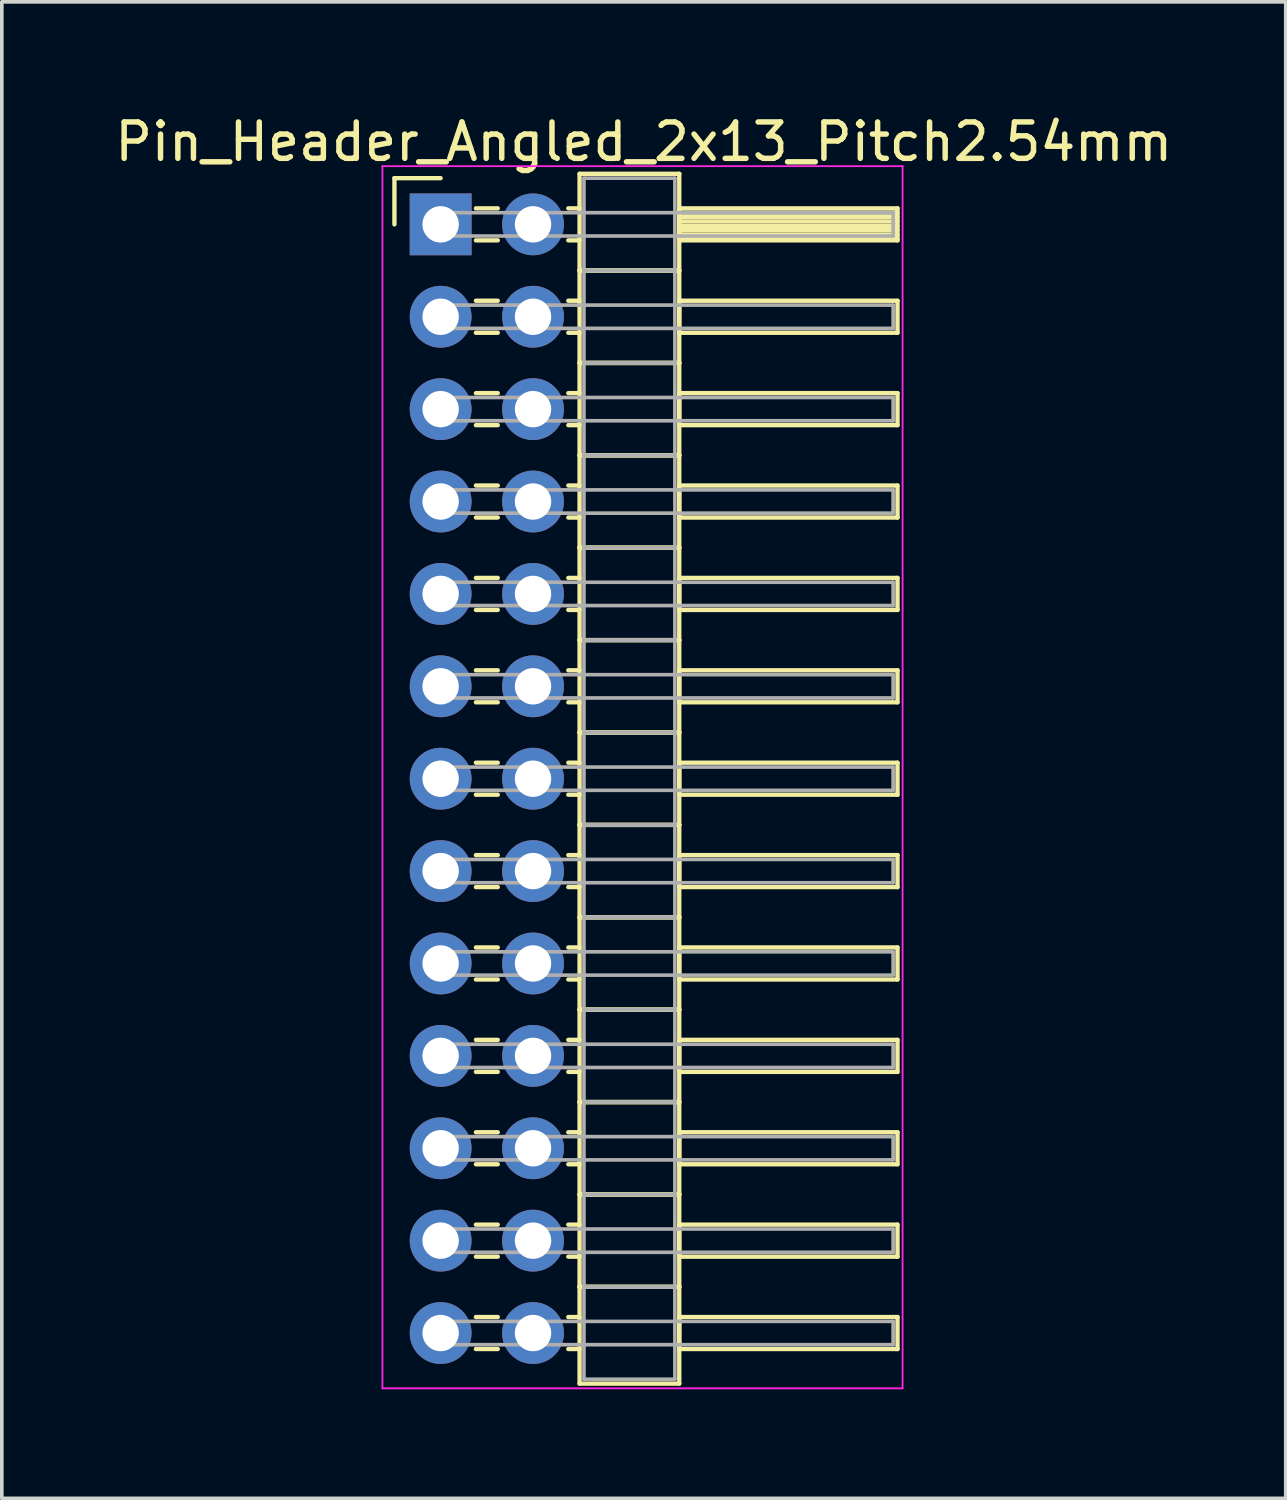
<source format=kicad_pcb>
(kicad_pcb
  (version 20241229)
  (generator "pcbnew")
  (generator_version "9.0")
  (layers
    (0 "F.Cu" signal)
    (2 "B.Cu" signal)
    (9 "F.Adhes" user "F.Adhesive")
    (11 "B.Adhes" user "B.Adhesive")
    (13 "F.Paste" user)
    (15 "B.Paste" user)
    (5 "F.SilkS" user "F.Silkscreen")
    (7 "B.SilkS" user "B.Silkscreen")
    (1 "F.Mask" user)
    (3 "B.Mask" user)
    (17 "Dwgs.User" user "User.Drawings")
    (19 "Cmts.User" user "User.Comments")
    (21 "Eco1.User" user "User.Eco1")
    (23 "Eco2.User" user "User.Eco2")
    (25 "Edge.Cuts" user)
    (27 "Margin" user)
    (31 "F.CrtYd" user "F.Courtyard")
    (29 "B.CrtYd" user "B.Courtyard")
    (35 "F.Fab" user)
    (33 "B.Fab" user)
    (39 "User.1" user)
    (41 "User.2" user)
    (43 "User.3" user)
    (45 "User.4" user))
  (footprint "Pin_Header_Angled_2x13_Pitch2.54mm"
    (layer "F.Cu")
    (at 9.064 3.118)
    (property "Reference" "Pin_Header_Angled_2x13_Pitch2.54mm" (at 5.585 -2.27 0) (layer "F.SilkS") (effects (font (size 1 1) (thickness 0.15))))
    (attr through_hole)
    (fp_line (start -1.27 -1.27) (end 0 -1.27) (stroke (width 0.12) (type solid)) (layer "F.SilkS"))
    (fp_line (start -1.27 0) (end -1.27 -1.27) (stroke (width 0.12) (type solid)) (layer "F.SilkS"))
    (fp_line (start 0.97 -0.44) (end 1.57 -0.44) (stroke (width 0.12) (type solid)) (layer "F.SilkS"))
    (fp_line (start 0.97 0.44) (end 1.57 0.44) (stroke (width 0.12) (type solid)) (layer "F.SilkS"))
    (fp_line (start 0.97 2.1) (end 1.57 2.1) (stroke (width 0.12) (type solid)) (layer "F.SilkS"))
    (fp_line (start 0.97 2.98) (end 1.57 2.98) (stroke (width 0.12) (type solid)) (layer "F.SilkS"))
    (fp_line (start 0.97 4.64) (end 1.57 4.64) (stroke (width 0.12) (type solid)) (layer "F.SilkS"))
    (fp_line (start 0.97 5.52) (end 1.57 5.52) (stroke (width 0.12) (type solid)) (layer "F.SilkS"))
    (fp_line (start 0.97 7.18) (end 1.57 7.18) (stroke (width 0.12) (type solid)) (layer "F.SilkS"))
    (fp_line (start 0.97 8.06) (end 1.57 8.06) (stroke (width 0.12) (type solid)) (layer "F.SilkS"))
    (fp_line (start 0.97 9.72) (end 1.57 9.72) (stroke (width 0.12) (type solid)) (layer "F.SilkS"))
    (fp_line (start 0.97 10.6) (end 1.57 10.6) (stroke (width 0.12) (type solid)) (layer "F.SilkS"))
    (fp_line (start 0.97 12.26) (end 1.57 12.26) (stroke (width 0.12) (type solid)) (layer "F.SilkS"))
    (fp_line (start 0.97 13.14) (end 1.57 13.14) (stroke (width 0.12) (type solid)) (layer "F.SilkS"))
    (fp_line (start 0.97 14.8) (end 1.57 14.8) (stroke (width 0.12) (type solid)) (layer "F.SilkS"))
    (fp_line (start 0.97 15.68) (end 1.57 15.68) (stroke (width 0.12) (type solid)) (layer "F.SilkS"))
    (fp_line (start 0.97 17.34) (end 1.57 17.34) (stroke (width 0.12) (type solid)) (layer "F.SilkS"))
    (fp_line (start 0.97 18.22) (end 1.57 18.22) (stroke (width 0.12) (type solid)) (layer "F.SilkS"))
    (fp_line (start 0.97 19.88) (end 1.57 19.88) (stroke (width 0.12) (type solid)) (layer "F.SilkS"))
    (fp_line (start 0.97 20.76) (end 1.57 20.76) (stroke (width 0.12) (type solid)) (layer "F.SilkS"))
    (fp_line (start 0.97 22.42) (end 1.57 22.42) (stroke (width 0.12) (type solid)) (layer "F.SilkS"))
    (fp_line (start 0.97 23.3) (end 1.57 23.3) (stroke (width 0.12) (type solid)) (layer "F.SilkS"))
    (fp_line (start 0.97 24.96) (end 1.57 24.96) (stroke (width 0.12) (type solid)) (layer "F.SilkS"))
    (fp_line (start 0.97 25.84) (end 1.57 25.84) (stroke (width 0.12) (type solid)) (layer "F.SilkS"))
    (fp_line (start 0.97 27.5) (end 1.57 27.5) (stroke (width 0.12) (type solid)) (layer "F.SilkS"))
    (fp_line (start 0.97 28.38) (end 1.57 28.38) (stroke (width 0.12) (type solid)) (layer "F.SilkS"))
    (fp_line (start 0.97 30.04) (end 1.57 30.04) (stroke (width 0.12) (type solid)) (layer "F.SilkS"))
    (fp_line (start 0.97 30.92) (end 1.57 30.92) (stroke (width 0.12) (type solid)) (layer "F.SilkS"))
    (fp_line (start 3.51 -0.44) (end 3.82 -0.44) (stroke (width 0.12) (type solid)) (layer "F.SilkS"))
    (fp_line (start 3.51 0.44) (end 3.82 0.44) (stroke (width 0.12) (type solid)) (layer "F.SilkS"))
    (fp_line (start 3.51 2.1) (end 3.82 2.1) (stroke (width 0.12) (type solid)) (layer "F.SilkS"))
    (fp_line (start 3.51 2.98) (end 3.82 2.98) (stroke (width 0.12) (type solid)) (layer "F.SilkS"))
    (fp_line (start 3.51 4.64) (end 3.82 4.64) (stroke (width 0.12) (type solid)) (layer "F.SilkS"))
    (fp_line (start 3.51 5.52) (end 3.82 5.52) (stroke (width 0.12) (type solid)) (layer "F.SilkS"))
    (fp_line (start 3.51 7.18) (end 3.82 7.18) (stroke (width 0.12) (type solid)) (layer "F.SilkS"))
    (fp_line (start 3.51 8.06) (end 3.82 8.06) (stroke (width 0.12) (type solid)) (layer "F.SilkS"))
    (fp_line (start 3.51 9.72) (end 3.82 9.72) (stroke (width 0.12) (type solid)) (layer "F.SilkS"))
    (fp_line (start 3.51 10.6) (end 3.82 10.6) (stroke (width 0.12) (type solid)) (layer "F.SilkS"))
    (fp_line (start 3.51 12.26) (end 3.82 12.26) (stroke (width 0.12) (type solid)) (layer "F.SilkS"))
    (fp_line (start 3.51 13.14) (end 3.82 13.14) (stroke (width 0.12) (type solid)) (layer "F.SilkS"))
    (fp_line (start 3.51 14.8) (end 3.82 14.8) (stroke (width 0.12) (type solid)) (layer "F.SilkS"))
    (fp_line (start 3.51 15.68) (end 3.82 15.68) (stroke (width 0.12) (type solid)) (layer "F.SilkS"))
    (fp_line (start 3.51 17.34) (end 3.82 17.34) (stroke (width 0.12) (type solid)) (layer "F.SilkS"))
    (fp_line (start 3.51 18.22) (end 3.82 18.22) (stroke (width 0.12) (type solid)) (layer "F.SilkS"))
    (fp_line (start 3.51 19.88) (end 3.82 19.88) (stroke (width 0.12) (type solid)) (layer "F.SilkS"))
    (fp_line (start 3.51 20.76) (end 3.82 20.76) (stroke (width 0.12) (type solid)) (layer "F.SilkS"))
    (fp_line (start 3.51 22.42) (end 3.82 22.42) (stroke (width 0.12) (type solid)) (layer "F.SilkS"))
    (fp_line (start 3.51 23.3) (end 3.82 23.3) (stroke (width 0.12) (type solid)) (layer "F.SilkS"))
    (fp_line (start 3.51 24.96) (end 3.82 24.96) (stroke (width 0.12) (type solid)) (layer "F.SilkS"))
    (fp_line (start 3.51 25.84) (end 3.82 25.84) (stroke (width 0.12) (type solid)) (layer "F.SilkS"))
    (fp_line (start 3.51 27.5) (end 3.82 27.5) (stroke (width 0.12) (type solid)) (layer "F.SilkS"))
    (fp_line (start 3.51 28.38) (end 3.82 28.38) (stroke (width 0.12) (type solid)) (layer "F.SilkS"))
    (fp_line (start 3.51 30.04) (end 3.82 30.04) (stroke (width 0.12) (type solid)) (layer "F.SilkS"))
    (fp_line (start 3.51 30.92) (end 3.82 30.92) (stroke (width 0.12) (type solid)) (layer "F.SilkS"))
    (fp_line (start 3.82 -1.39) (end 3.82 1.27) (stroke (width 0.12) (type solid)) (layer "F.SilkS"))
    (fp_line (start 3.82 1.27) (end 3.82 3.81) (stroke (width 0.12) (type solid)) (layer "F.SilkS"))
    (fp_line (start 3.82 1.27) (end 6.56 1.27) (stroke (width 0.12) (type solid)) (layer "F.SilkS"))
    (fp_line (start 3.82 3.81) (end 3.82 6.35) (stroke (width 0.12) (type solid)) (layer "F.SilkS"))
    (fp_line (start 3.82 3.81) (end 6.56 3.81) (stroke (width 0.12) (type solid)) (layer "F.SilkS"))
    (fp_line (start 3.82 6.35) (end 3.82 8.89) (stroke (width 0.12) (type solid)) (layer "F.SilkS"))
    (fp_line (start 3.82 6.35) (end 6.56 6.35) (stroke (width 0.12) (type solid)) (layer "F.SilkS"))
    (fp_line (start 3.82 8.89) (end 3.82 11.43) (stroke (width 0.12) (type solid)) (layer "F.SilkS"))
    (fp_line (start 3.82 8.89) (end 6.56 8.89) (stroke (width 0.12) (type solid)) (layer "F.SilkS"))
    (fp_line (start 3.82 11.43) (end 3.82 13.97) (stroke (width 0.12) (type solid)) (layer "F.SilkS"))
    (fp_line (start 3.82 11.43) (end 6.56 11.43) (stroke (width 0.12) (type solid)) (layer "F.SilkS"))
    (fp_line (start 3.82 13.97) (end 3.82 16.51) (stroke (width 0.12) (type solid)) (layer "F.SilkS"))
    (fp_line (start 3.82 13.97) (end 6.56 13.97) (stroke (width 0.12) (type solid)) (layer "F.SilkS"))
    (fp_line (start 3.82 16.51) (end 3.82 19.05) (stroke (width 0.12) (type solid)) (layer "F.SilkS"))
    (fp_line (start 3.82 16.51) (end 6.56 16.51) (stroke (width 0.12) (type solid)) (layer "F.SilkS"))
    (fp_line (start 3.82 19.05) (end 3.82 21.59) (stroke (width 0.12) (type solid)) (layer "F.SilkS"))
    (fp_line (start 3.82 19.05) (end 6.56 19.05) (stroke (width 0.12) (type solid)) (layer "F.SilkS"))
    (fp_line (start 3.82 21.59) (end 3.82 24.13) (stroke (width 0.12) (type solid)) (layer "F.SilkS"))
    (fp_line (start 3.82 21.59) (end 6.56 21.59) (stroke (width 0.12) (type solid)) (layer "F.SilkS"))
    (fp_line (start 3.82 24.13) (end 3.82 26.67) (stroke (width 0.12) (type solid)) (layer "F.SilkS"))
    (fp_line (start 3.82 24.13) (end 6.56 24.13) (stroke (width 0.12) (type solid)) (layer "F.SilkS"))
    (fp_line (start 3.82 26.67) (end 3.82 29.21) (stroke (width 0.12) (type solid)) (layer "F.SilkS"))
    (fp_line (start 3.82 26.67) (end 6.56 26.67) (stroke (width 0.12) (type solid)) (layer "F.SilkS"))
    (fp_line (start 3.82 29.21) (end 3.82 31.87) (stroke (width 0.12) (type solid)) (layer "F.SilkS"))
    (fp_line (start 3.82 29.21) (end 6.56 29.21) (stroke (width 0.12) (type solid)) (layer "F.SilkS"))
    (fp_line (start 3.82 31.87) (end 6.56 31.87) (stroke (width 0.12) (type solid)) (layer "F.SilkS"))
    (fp_line (start 6.56 -1.39) (end 3.82 -1.39) (stroke (width 0.12) (type solid)) (layer "F.SilkS"))
    (fp_line (start 6.56 -0.44) (end 6.56 0.44) (stroke (width 0.12) (type solid)) (layer "F.SilkS"))
    (fp_line (start 6.56 -0.32) (end 12.56 -0.32) (stroke (width 0.12) (type solid)) (layer "F.SilkS"))
    (fp_line (start 6.56 -0.2) (end 12.56 -0.2) (stroke (width 0.12) (type solid)) (layer "F.SilkS"))
    (fp_line (start 6.56 -0.08) (end 12.56 -0.08) (stroke (width 0.12) (type solid)) (layer "F.SilkS"))
    (fp_line (start 6.56 0.04) (end 12.56 0.04) (stroke (width 0.12) (type solid)) (layer "F.SilkS"))
    (fp_line (start 6.56 0.16) (end 12.56 0.16) (stroke (width 0.12) (type solid)) (layer "F.SilkS"))
    (fp_line (start 6.56 0.28) (end 12.56 0.28) (stroke (width 0.12) (type solid)) (layer "F.SilkS"))
    (fp_line (start 6.56 0.4) (end 12.56 0.4) (stroke (width 0.12) (type solid)) (layer "F.SilkS"))
    (fp_line (start 6.56 0.44) (end 12.56 0.44) (stroke (width 0.12) (type solid)) (layer "F.SilkS"))
    (fp_line (start 6.56 1.27) (end 3.82 1.27) (stroke (width 0.12) (type solid)) (layer "F.SilkS"))
    (fp_line (start 6.56 1.27) (end 6.56 -1.39) (stroke (width 0.12) (type solid)) (layer "F.SilkS"))
    (fp_line (start 6.56 2.1) (end 6.56 2.98) (stroke (width 0.12) (type solid)) (layer "F.SilkS"))
    (fp_line (start 6.56 2.98) (end 12.56 2.98) (stroke (width 0.12) (type solid)) (layer "F.SilkS"))
    (fp_line (start 6.56 3.81) (end 3.82 3.81) (stroke (width 0.12) (type solid)) (layer "F.SilkS"))
    (fp_line (start 6.56 3.81) (end 6.56 1.27) (stroke (width 0.12) (type solid)) (layer "F.SilkS"))
    (fp_line (start 6.56 4.64) (end 6.56 5.52) (stroke (width 0.12) (type solid)) (layer "F.SilkS"))
    (fp_line (start 6.56 5.52) (end 12.56 5.52) (stroke (width 0.12) (type solid)) (layer "F.SilkS"))
    (fp_line (start 6.56 6.35) (end 3.82 6.35) (stroke (width 0.12) (type solid)) (layer "F.SilkS"))
    (fp_line (start 6.56 6.35) (end 6.56 3.81) (stroke (width 0.12) (type solid)) (layer "F.SilkS"))
    (fp_line (start 6.56 7.18) (end 6.56 8.06) (stroke (width 0.12) (type solid)) (layer "F.SilkS"))
    (fp_line (start 6.56 8.06) (end 12.56 8.06) (stroke (width 0.12) (type solid)) (layer "F.SilkS"))
    (fp_line (start 6.56 8.89) (end 3.82 8.89) (stroke (width 0.12) (type solid)) (layer "F.SilkS"))
    (fp_line (start 6.56 8.89) (end 6.56 6.35) (stroke (width 0.12) (type solid)) (layer "F.SilkS"))
    (fp_line (start 6.56 9.72) (end 6.56 10.6) (stroke (width 0.12) (type solid)) (layer "F.SilkS"))
    (fp_line (start 6.56 10.6) (end 12.56 10.6) (stroke (width 0.12) (type solid)) (layer "F.SilkS"))
    (fp_line (start 6.56 11.43) (end 3.82 11.43) (stroke (width 0.12) (type solid)) (layer "F.SilkS"))
    (fp_line (start 6.56 11.43) (end 6.56 8.89) (stroke (width 0.12) (type solid)) (layer "F.SilkS"))
    (fp_line (start 6.56 12.26) (end 6.56 13.14) (stroke (width 0.12) (type solid)) (layer "F.SilkS"))
    (fp_line (start 6.56 13.14) (end 12.56 13.14) (stroke (width 0.12) (type solid)) (layer "F.SilkS"))
    (fp_line (start 6.56 13.97) (end 3.82 13.97) (stroke (width 0.12) (type solid)) (layer "F.SilkS"))
    (fp_line (start 6.56 13.97) (end 6.56 11.43) (stroke (width 0.12) (type solid)) (layer "F.SilkS"))
    (fp_line (start 6.56 14.8) (end 6.56 15.68) (stroke (width 0.12) (type solid)) (layer "F.SilkS"))
    (fp_line (start 6.56 15.68) (end 12.56 15.68) (stroke (width 0.12) (type solid)) (layer "F.SilkS"))
    (fp_line (start 6.56 16.51) (end 3.82 16.51) (stroke (width 0.12) (type solid)) (layer "F.SilkS"))
    (fp_line (start 6.56 16.51) (end 6.56 13.97) (stroke (width 0.12) (type solid)) (layer "F.SilkS"))
    (fp_line (start 6.56 17.34) (end 6.56 18.22) (stroke (width 0.12) (type solid)) (layer "F.SilkS"))
    (fp_line (start 6.56 18.22) (end 12.56 18.22) (stroke (width 0.12) (type solid)) (layer "F.SilkS"))
    (fp_line (start 6.56 19.05) (end 3.82 19.05) (stroke (width 0.12) (type solid)) (layer "F.SilkS"))
    (fp_line (start 6.56 19.05) (end 6.56 16.51) (stroke (width 0.12) (type solid)) (layer "F.SilkS"))
    (fp_line (start 6.56 19.88) (end 6.56 20.76) (stroke (width 0.12) (type solid)) (layer "F.SilkS"))
    (fp_line (start 6.56 20.76) (end 12.56 20.76) (stroke (width 0.12) (type solid)) (layer "F.SilkS"))
    (fp_line (start 6.56 21.59) (end 3.82 21.59) (stroke (width 0.12) (type solid)) (layer "F.SilkS"))
    (fp_line (start 6.56 21.59) (end 6.56 19.05) (stroke (width 0.12) (type solid)) (layer "F.SilkS"))
    (fp_line (start 6.56 22.42) (end 6.56 23.3) (stroke (width 0.12) (type solid)) (layer "F.SilkS"))
    (fp_line (start 6.56 23.3) (end 12.56 23.3) (stroke (width 0.12) (type solid)) (layer "F.SilkS"))
    (fp_line (start 6.56 24.13) (end 3.82 24.13) (stroke (width 0.12) (type solid)) (layer "F.SilkS"))
    (fp_line (start 6.56 24.13) (end 6.56 21.59) (stroke (width 0.12) (type solid)) (layer "F.SilkS"))
    (fp_line (start 6.56 24.96) (end 6.56 25.84) (stroke (width 0.12) (type solid)) (layer "F.SilkS"))
    (fp_line (start 6.56 25.84) (end 12.56 25.84) (stroke (width 0.12) (type solid)) (layer "F.SilkS"))
    (fp_line (start 6.56 26.67) (end 3.82 26.67) (stroke (width 0.12) (type solid)) (layer "F.SilkS"))
    (fp_line (start 6.56 26.67) (end 6.56 24.13) (stroke (width 0.12) (type solid)) (layer "F.SilkS"))
    (fp_line (start 6.56 27.5) (end 6.56 28.38) (stroke (width 0.12) (type solid)) (layer "F.SilkS"))
    (fp_line (start 6.56 28.38) (end 12.56 28.38) (stroke (width 0.12) (type solid)) (layer "F.SilkS"))
    (fp_line (start 6.56 29.21) (end 3.82 29.21) (stroke (width 0.12) (type solid)) (layer "F.SilkS"))
    (fp_line (start 6.56 29.21) (end 6.56 26.67) (stroke (width 0.12) (type solid)) (layer "F.SilkS"))
    (fp_line (start 6.56 30.04) (end 6.56 30.92) (stroke (width 0.12) (type solid)) (layer "F.SilkS"))
    (fp_line (start 6.56 30.92) (end 12.56 30.92) (stroke (width 0.12) (type solid)) (layer "F.SilkS"))
    (fp_line (start 6.56 31.87) (end 6.56 29.21) (stroke (width 0.12) (type solid)) (layer "F.SilkS"))
    (fp_line (start 12.56 -0.44) (end 6.56 -0.44) (stroke (width 0.12) (type solid)) (layer "F.SilkS"))
    (fp_line (start 12.56 0.44) (end 12.56 -0.44) (stroke (width 0.12) (type solid)) (layer "F.SilkS"))
    (fp_line (start 12.56 2.1) (end 6.56 2.1) (stroke (width 0.12) (type solid)) (layer "F.SilkS"))
    (fp_line (start 12.56 2.98) (end 12.56 2.1) (stroke (width 0.12) (type solid)) (layer "F.SilkS"))
    (fp_line (start 12.56 4.64) (end 6.56 4.64) (stroke (width 0.12) (type solid)) (layer "F.SilkS"))
    (fp_line (start 12.56 5.52) (end 12.56 4.64) (stroke (width 0.12) (type solid)) (layer "F.SilkS"))
    (fp_line (start 12.56 7.18) (end 6.56 7.18) (stroke (width 0.12) (type solid)) (layer "F.SilkS"))
    (fp_line (start 12.56 8.06) (end 12.56 7.18) (stroke (width 0.12) (type solid)) (layer "F.SilkS"))
    (fp_line (start 12.56 9.72) (end 6.56 9.72) (stroke (width 0.12) (type solid)) (layer "F.SilkS"))
    (fp_line (start 12.56 10.6) (end 12.56 9.72) (stroke (width 0.12) (type solid)) (layer "F.SilkS"))
    (fp_line (start 12.56 12.26) (end 6.56 12.26) (stroke (width 0.12) (type solid)) (layer "F.SilkS"))
    (fp_line (start 12.56 13.14) (end 12.56 12.26) (stroke (width 0.12) (type solid)) (layer "F.SilkS"))
    (fp_line (start 12.56 14.8) (end 6.56 14.8) (stroke (width 0.12) (type solid)) (layer "F.SilkS"))
    (fp_line (start 12.56 15.68) (end 12.56 14.8) (stroke (width 0.12) (type solid)) (layer "F.SilkS"))
    (fp_line (start 12.56 17.34) (end 6.56 17.34) (stroke (width 0.12) (type solid)) (layer "F.SilkS"))
    (fp_line (start 12.56 18.22) (end 12.56 17.34) (stroke (width 0.12) (type solid)) (layer "F.SilkS"))
    (fp_line (start 12.56 19.88) (end 6.56 19.88) (stroke (width 0.12) (type solid)) (layer "F.SilkS"))
    (fp_line (start 12.56 20.76) (end 12.56 19.88) (stroke (width 0.12) (type solid)) (layer "F.SilkS"))
    (fp_line (start 12.56 22.42) (end 6.56 22.42) (stroke (width 0.12) (type solid)) (layer "F.SilkS"))
    (fp_line (start 12.56 23.3) (end 12.56 22.42) (stroke (width 0.12) (type solid)) (layer "F.SilkS"))
    (fp_line (start 12.56 24.96) (end 6.56 24.96) (stroke (width 0.12) (type solid)) (layer "F.SilkS"))
    (fp_line (start 12.56 25.84) (end 12.56 24.96) (stroke (width 0.12) (type solid)) (layer "F.SilkS"))
    (fp_line (start 12.56 27.5) (end 6.56 27.5) (stroke (width 0.12) (type solid)) (layer "F.SilkS"))
    (fp_line (start 12.56 28.38) (end 12.56 27.5) (stroke (width 0.12) (type solid)) (layer "F.SilkS"))
    (fp_line (start 12.56 30.04) (end 6.56 30.04) (stroke (width 0.12) (type solid)) (layer "F.SilkS"))
    (fp_line (start 12.56 30.92) (end 12.56 30.04) (stroke (width 0.12) (type solid)) (layer "F.SilkS"))
    (fp_line (start -1.6 -1.6) (end -1.6 32) (stroke (width 0.05) (type solid)) (layer "F.CrtYd"))
    (fp_line (start -1.6 32) (end 12.7 32) (stroke (width 0.05) (type solid)) (layer "F.CrtYd"))
    (fp_line (start 12.7 -1.6) (end -1.6 -1.6) (stroke (width 0.05) (type solid)) (layer "F.CrtYd"))
    (fp_line (start 12.7 32) (end 12.7 -1.6) (stroke (width 0.05) (type solid)) (layer "F.CrtYd"))
    (fp_line (start 0 -0.32) (end 0 0.32) (stroke (width 0.1) (type solid)) (layer "F.Fab"))
    (fp_line (start 0 0.32) (end 12.44 0.32) (stroke (width 0.1) (type solid)) (layer "F.Fab"))
    (fp_line (start 0 2.22) (end 0 2.86) (stroke (width 0.1) (type solid)) (layer "F.Fab"))
    (fp_line (start 0 2.86) (end 12.44 2.86) (stroke (width 0.1) (type solid)) (layer "F.Fab"))
    (fp_line (start 0 4.76) (end 0 5.4) (stroke (width 0.1) (type solid)) (layer "F.Fab"))
    (fp_line (start 0 5.4) (end 12.44 5.4) (stroke (width 0.1) (type solid)) (layer "F.Fab"))
    (fp_line (start 0 7.3) (end 0 7.94) (stroke (width 0.1) (type solid)) (layer "F.Fab"))
    (fp_line (start 0 7.94) (end 12.44 7.94) (stroke (width 0.1) (type solid)) (layer "F.Fab"))
    (fp_line (start 0 9.84) (end 0 10.48) (stroke (width 0.1) (type solid)) (layer "F.Fab"))
    (fp_line (start 0 10.48) (end 12.44 10.48) (stroke (width 0.1) (type solid)) (layer "F.Fab"))
    (fp_line (start 0 12.38) (end 0 13.02) (stroke (width 0.1) (type solid)) (layer "F.Fab"))
    (fp_line (start 0 13.02) (end 12.44 13.02) (stroke (width 0.1) (type solid)) (layer "F.Fab"))
    (fp_line (start 0 14.92) (end 0 15.56) (stroke (width 0.1) (type solid)) (layer "F.Fab"))
    (fp_line (start 0 15.56) (end 12.44 15.56) (stroke (width 0.1) (type solid)) (layer "F.Fab"))
    (fp_line (start 0 17.46) (end 0 18.1) (stroke (width 0.1) (type solid)) (layer "F.Fab"))
    (fp_line (start 0 18.1) (end 12.44 18.1) (stroke (width 0.1) (type solid)) (layer "F.Fab"))
    (fp_line (start 0 20) (end 0 20.64) (stroke (width 0.1) (type solid)) (layer "F.Fab"))
    (fp_line (start 0 20.64) (end 12.44 20.64) (stroke (width 0.1) (type solid)) (layer "F.Fab"))
    (fp_line (start 0 22.54) (end 0 23.18) (stroke (width 0.1) (type solid)) (layer "F.Fab"))
    (fp_line (start 0 23.18) (end 12.44 23.18) (stroke (width 0.1) (type solid)) (layer "F.Fab"))
    (fp_line (start 0 25.08) (end 0 25.72) (stroke (width 0.1) (type solid)) (layer "F.Fab"))
    (fp_line (start 0 25.72) (end 12.44 25.72) (stroke (width 0.1) (type solid)) (layer "F.Fab"))
    (fp_line (start 0 27.62) (end 0 28.26) (stroke (width 0.1) (type solid)) (layer "F.Fab"))
    (fp_line (start 0 28.26) (end 12.44 28.26) (stroke (width 0.1) (type solid)) (layer "F.Fab"))
    (fp_line (start 0 30.16) (end 0 30.8) (stroke (width 0.1) (type solid)) (layer "F.Fab"))
    (fp_line (start 0 30.8) (end 12.44 30.8) (stroke (width 0.1) (type solid)) (layer "F.Fab"))
    (fp_line (start 3.94 -1.27) (end 3.94 1.27) (stroke (width 0.1) (type solid)) (layer "F.Fab"))
    (fp_line (start 3.94 1.27) (end 3.94 3.81) (stroke (width 0.1) (type solid)) (layer "F.Fab"))
    (fp_line (start 3.94 1.27) (end 6.44 1.27) (stroke (width 0.1) (type solid)) (layer "F.Fab"))
    (fp_line (start 3.94 3.81) (end 3.94 6.35) (stroke (width 0.1) (type solid)) (layer "F.Fab"))
    (fp_line (start 3.94 3.81) (end 6.44 3.81) (stroke (width 0.1) (type solid)) (layer "F.Fab"))
    (fp_line (start 3.94 6.35) (end 3.94 8.89) (stroke (width 0.1) (type solid)) (layer "F.Fab"))
    (fp_line (start 3.94 6.35) (end 6.44 6.35) (stroke (width 0.1) (type solid)) (layer "F.Fab"))
    (fp_line (start 3.94 8.89) (end 3.94 11.43) (stroke (width 0.1) (type solid)) (layer "F.Fab"))
    (fp_line (start 3.94 8.89) (end 6.44 8.89) (stroke (width 0.1) (type solid)) (layer "F.Fab"))
    (fp_line (start 3.94 11.43) (end 3.94 13.97) (stroke (width 0.1) (type solid)) (layer "F.Fab"))
    (fp_line (start 3.94 11.43) (end 6.44 11.43) (stroke (width 0.1) (type solid)) (layer "F.Fab"))
    (fp_line (start 3.94 13.97) (end 3.94 16.51) (stroke (width 0.1) (type solid)) (layer "F.Fab"))
    (fp_line (start 3.94 13.97) (end 6.44 13.97) (stroke (width 0.1) (type solid)) (layer "F.Fab"))
    (fp_line (start 3.94 16.51) (end 3.94 19.05) (stroke (width 0.1) (type solid)) (layer "F.Fab"))
    (fp_line (start 3.94 16.51) (end 6.44 16.51) (stroke (width 0.1) (type solid)) (layer "F.Fab"))
    (fp_line (start 3.94 19.05) (end 3.94 21.59) (stroke (width 0.1) (type solid)) (layer "F.Fab"))
    (fp_line (start 3.94 19.05) (end 6.44 19.05) (stroke (width 0.1) (type solid)) (layer "F.Fab"))
    (fp_line (start 3.94 21.59) (end 3.94 24.13) (stroke (width 0.1) (type solid)) (layer "F.Fab"))
    (fp_line (start 3.94 21.59) (end 6.44 21.59) (stroke (width 0.1) (type solid)) (layer "F.Fab"))
    (fp_line (start 3.94 24.13) (end 3.94 26.67) (stroke (width 0.1) (type solid)) (layer "F.Fab"))
    (fp_line (start 3.94 24.13) (end 6.44 24.13) (stroke (width 0.1) (type solid)) (layer "F.Fab"))
    (fp_line (start 3.94 26.67) (end 3.94 29.21) (stroke (width 0.1) (type solid)) (layer "F.Fab"))
    (fp_line (start 3.94 26.67) (end 6.44 26.67) (stroke (width 0.1) (type solid)) (layer "F.Fab"))
    (fp_line (start 3.94 29.21) (end 3.94 31.75) (stroke (width 0.1) (type solid)) (layer "F.Fab"))
    (fp_line (start 3.94 29.21) (end 6.44 29.21) (stroke (width 0.1) (type solid)) (layer "F.Fab"))
    (fp_line (start 3.94 31.75) (end 6.44 31.75) (stroke (width 0.1) (type solid)) (layer "F.Fab"))
    (fp_line (start 6.44 -1.27) (end 3.94 -1.27) (stroke (width 0.1) (type solid)) (layer "F.Fab"))
    (fp_line (start 6.44 1.27) (end 3.94 1.27) (stroke (width 0.1) (type solid)) (layer "F.Fab"))
    (fp_line (start 6.44 1.27) (end 6.44 -1.27) (stroke (width 0.1) (type solid)) (layer "F.Fab"))
    (fp_line (start 6.44 3.81) (end 3.94 3.81) (stroke (width 0.1) (type solid)) (layer "F.Fab"))
    (fp_line (start 6.44 3.81) (end 6.44 1.27) (stroke (width 0.1) (type solid)) (layer "F.Fab"))
    (fp_line (start 6.44 6.35) (end 3.94 6.35) (stroke (width 0.1) (type solid)) (layer "F.Fab"))
    (fp_line (start 6.44 6.35) (end 6.44 3.81) (stroke (width 0.1) (type solid)) (layer "F.Fab"))
    (fp_line (start 6.44 8.89) (end 3.94 8.89) (stroke (width 0.1) (type solid)) (layer "F.Fab"))
    (fp_line (start 6.44 8.89) (end 6.44 6.35) (stroke (width 0.1) (type solid)) (layer "F.Fab"))
    (fp_line (start 6.44 11.43) (end 3.94 11.43) (stroke (width 0.1) (type solid)) (layer "F.Fab"))
    (fp_line (start 6.44 11.43) (end 6.44 8.89) (stroke (width 0.1) (type solid)) (layer "F.Fab"))
    (fp_line (start 6.44 13.97) (end 3.94 13.97) (stroke (width 0.1) (type solid)) (layer "F.Fab"))
    (fp_line (start 6.44 13.97) (end 6.44 11.43) (stroke (width 0.1) (type solid)) (layer "F.Fab"))
    (fp_line (start 6.44 16.51) (end 3.94 16.51) (stroke (width 0.1) (type solid)) (layer "F.Fab"))
    (fp_line (start 6.44 16.51) (end 6.44 13.97) (stroke (width 0.1) (type solid)) (layer "F.Fab"))
    (fp_line (start 6.44 19.05) (end 3.94 19.05) (stroke (width 0.1) (type solid)) (layer "F.Fab"))
    (fp_line (start 6.44 19.05) (end 6.44 16.51) (stroke (width 0.1) (type solid)) (layer "F.Fab"))
    (fp_line (start 6.44 21.59) (end 3.94 21.59) (stroke (width 0.1) (type solid)) (layer "F.Fab"))
    (fp_line (start 6.44 21.59) (end 6.44 19.05) (stroke (width 0.1) (type solid)) (layer "F.Fab"))
    (fp_line (start 6.44 24.13) (end 3.94 24.13) (stroke (width 0.1) (type solid)) (layer "F.Fab"))
    (fp_line (start 6.44 24.13) (end 6.44 21.59) (stroke (width 0.1) (type solid)) (layer "F.Fab"))
    (fp_line (start 6.44 26.67) (end 3.94 26.67) (stroke (width 0.1) (type solid)) (layer "F.Fab"))
    (fp_line (start 6.44 26.67) (end 6.44 24.13) (stroke (width 0.1) (type solid)) (layer "F.Fab"))
    (fp_line (start 6.44 29.21) (end 3.94 29.21) (stroke (width 0.1) (type solid)) (layer "F.Fab"))
    (fp_line (start 6.44 29.21) (end 6.44 26.67) (stroke (width 0.1) (type solid)) (layer "F.Fab"))
    (fp_line (start 6.44 31.75) (end 6.44 29.21) (stroke (width 0.1) (type solid)) (layer "F.Fab"))
    (fp_line (start 12.44 -0.32) (end 0 -0.32) (stroke (width 0.1) (type solid)) (layer "F.Fab"))
    (fp_line (start 12.44 0.32) (end 12.44 -0.32) (stroke (width 0.1) (type solid)) (layer "F.Fab"))
    (fp_line (start 12.44 2.22) (end 0 2.22) (stroke (width 0.1) (type solid)) (layer "F.Fab"))
    (fp_line (start 12.44 2.86) (end 12.44 2.22) (stroke (width 0.1) (type solid)) (layer "F.Fab"))
    (fp_line (start 12.44 4.76) (end 0 4.76) (stroke (width 0.1) (type solid)) (layer "F.Fab"))
    (fp_line (start 12.44 5.4) (end 12.44 4.76) (stroke (width 0.1) (type solid)) (layer "F.Fab"))
    (fp_line (start 12.44 7.3) (end 0 7.3) (stroke (width 0.1) (type solid)) (layer "F.Fab"))
    (fp_line (start 12.44 7.94) (end 12.44 7.3) (stroke (width 0.1) (type solid)) (layer "F.Fab"))
    (fp_line (start 12.44 9.84) (end 0 9.84) (stroke (width 0.1) (type solid)) (layer "F.Fab"))
    (fp_line (start 12.44 10.48) (end 12.44 9.84) (stroke (width 0.1) (type solid)) (layer "F.Fab"))
    (fp_line (start 12.44 12.38) (end 0 12.38) (stroke (width 0.1) (type solid)) (layer "F.Fab"))
    (fp_line (start 12.44 13.02) (end 12.44 12.38) (stroke (width 0.1) (type solid)) (layer "F.Fab"))
    (fp_line (start 12.44 14.92) (end 0 14.92) (stroke (width 0.1) (type solid)) (layer "F.Fab"))
    (fp_line (start 12.44 15.56) (end 12.44 14.92) (stroke (width 0.1) (type solid)) (layer "F.Fab"))
    (fp_line (start 12.44 17.46) (end 0 17.46) (stroke (width 0.1) (type solid)) (layer "F.Fab"))
    (fp_line (start 12.44 18.1) (end 12.44 17.46) (stroke (width 0.1) (type solid)) (layer "F.Fab"))
    (fp_line (start 12.44 20) (end 0 20) (stroke (width 0.1) (type solid)) (layer "F.Fab"))
    (fp_line (start 12.44 20.64) (end 12.44 20) (stroke (width 0.1) (type solid)) (layer "F.Fab"))
    (fp_line (start 12.44 22.54) (end 0 22.54) (stroke (width 0.1) (type solid)) (layer "F.Fab"))
    (fp_line (start 12.44 23.18) (end 12.44 22.54) (stroke (width 0.1) (type solid)) (layer "F.Fab"))
    (fp_line (start 12.44 25.08) (end 0 25.08) (stroke (width 0.1) (type solid)) (layer "F.Fab"))
    (fp_line (start 12.44 25.72) (end 12.44 25.08) (stroke (width 0.1) (type solid)) (layer "F.Fab"))
    (fp_line (start 12.44 27.62) (end 0 27.62) (stroke (width 0.1) (type solid)) (layer "F.Fab"))
    (fp_line (start 12.44 28.26) (end 12.44 27.62) (stroke (width 0.1) (type solid)) (layer "F.Fab"))
    (fp_line (start 12.44 30.16) (end 0 30.16) (stroke (width 0.1) (type solid)) (layer "F.Fab"))
    (fp_line (start 12.44 30.8) (end 12.44 30.16) (stroke (width 0.1) (type solid)) (layer "F.Fab"))
    (pad "1" thru_hole rect (at 0 0) (size 1.7 1.7) (drill 1) (layers "*.Cu" "*.Mask"))
    (pad "2" thru_hole oval (at 2.54 0) (size 1.7 1.7) (drill 1) (layers "*.Cu" "*.Mask"))
    (pad "3" thru_hole oval (at 0 2.54) (size 1.7 1.7) (drill 1) (layers "*.Cu" "*.Mask"))
    (pad "4" thru_hole oval (at 2.54 2.54) (size 1.7 1.7) (drill 1) (layers "*.Cu" "*.Mask"))
    (pad "5" thru_hole oval (at 0 5.08) (size 1.7 1.7) (drill 1) (layers "*.Cu" "*.Mask"))
    (pad "6" thru_hole oval (at 2.54 5.08) (size 1.7 1.7) (drill 1) (layers "*.Cu" "*.Mask"))
    (pad "7" thru_hole oval (at 0 7.62) (size 1.7 1.7) (drill 1) (layers "*.Cu" "*.Mask"))
    (pad "8" thru_hole oval (at 2.54 7.62) (size 1.7 1.7) (drill 1) (layers "*.Cu" "*.Mask"))
    (pad "9" thru_hole oval (at 0 10.16) (size 1.7 1.7) (drill 1) (layers "*.Cu" "*.Mask"))
    (pad "10" thru_hole oval (at 2.54 10.16) (size 1.7 1.7) (drill 1) (layers "*.Cu" "*.Mask"))
    (pad "11" thru_hole oval (at 0 12.7) (size 1.7 1.7) (drill 1) (layers "*.Cu" "*.Mask"))
    (pad "12" thru_hole oval (at 2.54 12.7) (size 1.7 1.7) (drill 1) (layers "*.Cu" "*.Mask"))
    (pad "13" thru_hole oval (at 0 15.24) (size 1.7 1.7) (drill 1) (layers "*.Cu" "*.Mask"))
    (pad "14" thru_hole oval (at 2.54 15.24) (size 1.7 1.7) (drill 1) (layers "*.Cu" "*.Mask"))
    (pad "15" thru_hole oval (at 0 17.78) (size 1.7 1.7) (drill 1) (layers "*.Cu" "*.Mask"))
    (pad "16" thru_hole oval (at 2.54 17.78) (size 1.7 1.7) (drill 1) (layers "*.Cu" "*.Mask"))
    (pad "17" thru_hole oval (at 0 20.32) (size 1.7 1.7) (drill 1) (layers "*.Cu" "*.Mask"))
    (pad "18" thru_hole oval (at 2.54 20.32) (size 1.7 1.7) (drill 1) (layers "*.Cu" "*.Mask"))
    (pad "19" thru_hole oval (at 0 22.86) (size 1.7 1.7) (drill 1) (layers "*.Cu" "*.Mask"))
    (pad "20" thru_hole oval (at 2.54 22.86) (size 1.7 1.7) (drill 1) (layers "*.Cu" "*.Mask"))
    (pad "21" thru_hole oval (at 0 25.4) (size 1.7 1.7) (drill 1) (layers "*.Cu" "*.Mask"))
    (pad "22" thru_hole oval (at 2.54 25.4) (size 1.7 1.7) (drill 1) (layers "*.Cu" "*.Mask"))
    (pad "23" thru_hole oval (at 0 27.94) (size 1.7 1.7) (drill 1) (layers "*.Cu" "*.Mask"))
    (pad "24" thru_hole oval (at 2.54 27.94) (size 1.7 1.7) (drill 1) (layers "*.Cu" "*.Mask"))
    (pad "25" thru_hole oval (at 0 30.48) (size 1.7 1.7) (drill 1) (layers "*.Cu" "*.Mask"))
    (pad "26" thru_hole oval (at 2.54 30.48) (size 1.7 1.7) (drill 1) (layers "*.Cu" "*.Mask")))
  (gr_rect
    (start -3 -3)
    (end 32.298 38.143)
    (stroke (width 0.1) (type default))
    (fill no)
    (layer "Edge.Cuts")))
</source>
